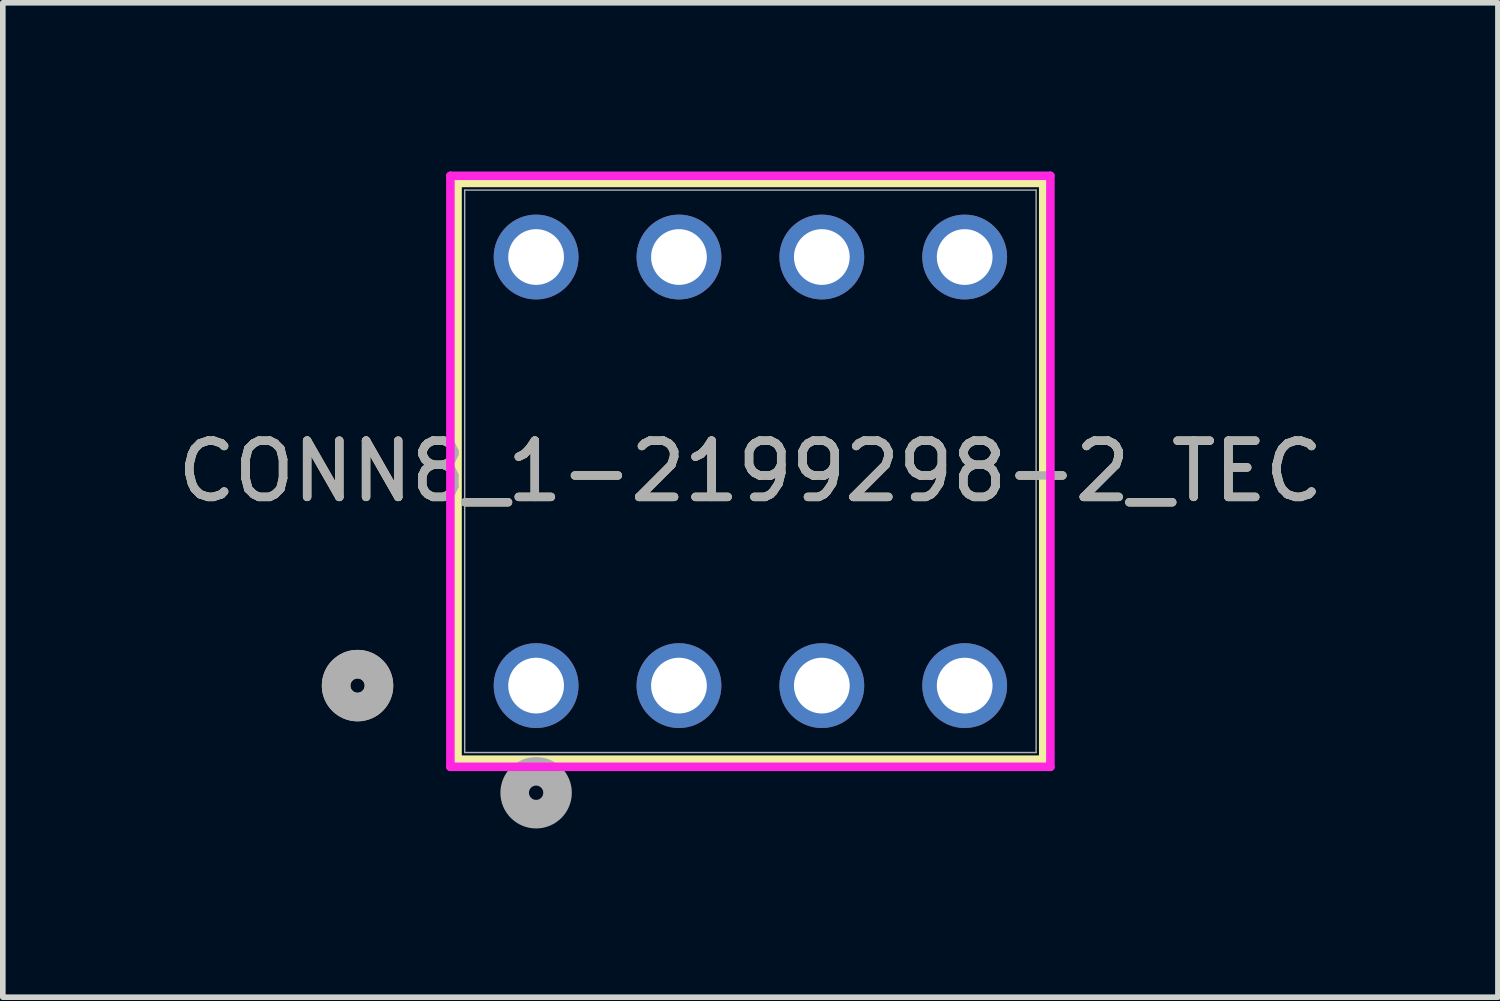
<source format=kicad_pcb>
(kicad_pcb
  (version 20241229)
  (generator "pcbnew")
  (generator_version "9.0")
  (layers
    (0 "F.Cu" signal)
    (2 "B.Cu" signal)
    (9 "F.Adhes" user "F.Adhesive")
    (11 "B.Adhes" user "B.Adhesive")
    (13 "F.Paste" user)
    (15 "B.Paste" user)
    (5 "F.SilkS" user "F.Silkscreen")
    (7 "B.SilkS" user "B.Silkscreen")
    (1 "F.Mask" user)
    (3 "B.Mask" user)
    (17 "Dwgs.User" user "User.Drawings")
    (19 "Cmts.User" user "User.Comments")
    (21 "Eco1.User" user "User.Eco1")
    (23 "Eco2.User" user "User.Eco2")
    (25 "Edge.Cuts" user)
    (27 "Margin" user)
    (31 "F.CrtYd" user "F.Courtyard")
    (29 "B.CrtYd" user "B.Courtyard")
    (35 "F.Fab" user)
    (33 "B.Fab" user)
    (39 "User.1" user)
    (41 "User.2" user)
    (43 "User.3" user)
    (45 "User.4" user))
  (footprint "CONN8_1-2199298-2_TEC"
    (layer "F.Cu")
    (at 6.482 9.14)
    (property "Reference" "CONN8_1-2199298-2_TEC" (at 3.81 -3.81 0) (unlocked yes) (layer "F.SilkS") (effects (font (size 1 1) (thickness 0.15))))
    (attr through_hole)
    (fp_line (start -1.397 -8.937) (end -1.397 1.317) (stroke (width 0.152) (type solid)) (layer "F.SilkS"))
    (fp_line (start -1.397 1.317) (end 9.017 1.317) (stroke (width 0.152) (type solid)) (layer "F.SilkS"))
    (fp_line (start 9.017 -8.937) (end -1.397 -8.937) (stroke (width 0.152) (type solid)) (layer "F.SilkS"))
    (fp_line (start 9.017 1.317) (end 9.017 -8.937) (stroke (width 0.152) (type solid)) (layer "F.SilkS"))
    (fp_circle (center -3.175 0) (end -2.794 0) (stroke (width 0.508) (type solid)) (fill no) (layer "B.SilkS"))
    (fp_line (start -1.524 -9.064) (end -1.524 1.444) (stroke (width 0.152) (type solid)) (layer "F.CrtYd"))
    (fp_line (start -1.524 1.444) (end 9.144 1.444) (stroke (width 0.152) (type solid)) (layer "F.CrtYd"))
    (fp_line (start 9.144 -9.064) (end -1.524 -9.064) (stroke (width 0.152) (type solid)) (layer "F.CrtYd"))
    (fp_line (start 9.144 1.444) (end 9.144 -9.064) (stroke (width 0.152) (type solid)) (layer "F.CrtYd"))
    (fp_line (start -1.27 -8.81) (end -1.27 1.19) (stroke (width 0.025) (type solid)) (layer "F.Fab"))
    (fp_line (start -1.27 1.19) (end 8.89 1.19) (stroke (width 0.025) (type solid)) (layer "F.Fab"))
    (fp_line (start 8.89 -8.81) (end -1.27 -8.81) (stroke (width 0.025) (type solid)) (layer "F.Fab"))
    (fp_line (start 8.89 1.19) (end 8.89 -8.81) (stroke (width 0.025) (type solid)) (layer "F.Fab"))
    (fp_circle (center -3.175 0) (end -2.794 0) (stroke (width 0.508) (type solid)) (fill no) (layer "F.Fab"))
    (fp_circle (center 0 1.905) (end 0.381 1.905) (stroke (width 0.508) (type solid)) (fill no) (layer "F.Fab"))
    (fp_text user "${REFERENCE}" (at 3.81 -3.81 0) (unlocked yes) (layer "F.Fab") (effects (font (size 1 1) (thickness 0.15))))
    (pad "1" thru_hole circle (at 0 0) (size 1.508 1.508) (drill 0.991) (layers "*.Cu" "*.Mask"))
    (pad "2" thru_hole circle (at 2.54 0) (size 1.508 1.508) (drill 0.991) (layers "*.Cu" "*.Mask"))
    (pad "3" thru_hole circle (at 5.08 0) (size 1.508 1.508) (drill 0.991) (layers "*.Cu" "*.Mask"))
    (pad "4" thru_hole circle (at 7.62 0) (size 1.508 1.508) (drill 0.991) (layers "*.Cu" "*.Mask"))
    (pad "5" thru_hole circle (at 7.62 -7.62) (size 1.508 1.508) (drill 0.991) (layers "*.Cu" "*.Mask"))
    (pad "6" thru_hole circle (at 5.08 -7.62) (size 1.508 1.508) (drill 0.991) (layers "*.Cu" "*.Mask"))
    (pad "7" thru_hole circle (at 2.54 -7.62) (size 1.508 1.508) (drill 0.991) (layers "*.Cu" "*.Mask"))
    (pad "8" thru_hole circle (at 0 -7.62) (size 1.508 1.508) (drill 0.991) (layers "*.Cu" "*.Mask")))
  (gr_rect
    (start -3 -3)
    (end 23.583 14.68)
    (stroke (width 0.1) (type default))
    (fill no)
    (layer "Edge.Cuts")))
</source>
